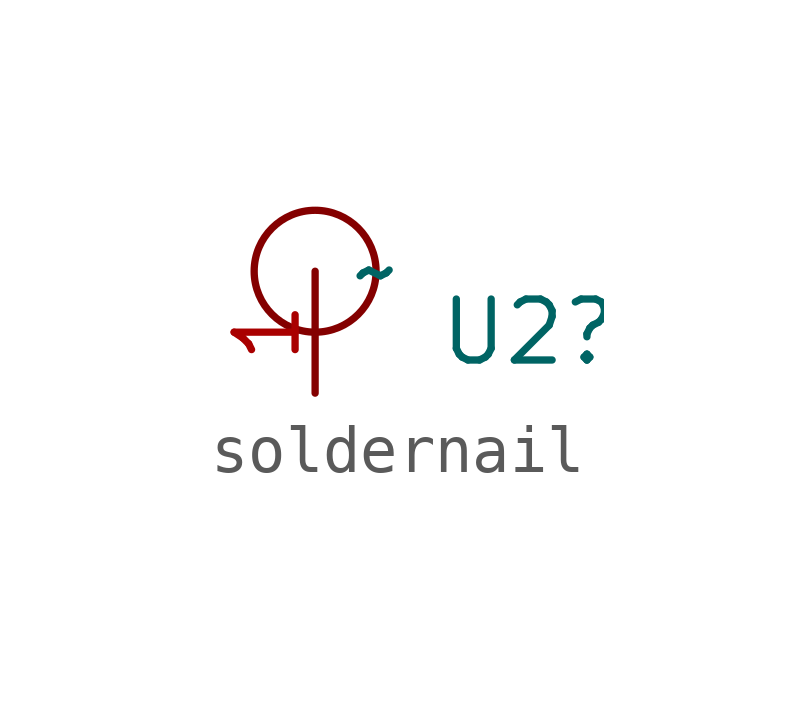
<source format=kicad_sym>
(kicad_symbol_lib
  (version 20220914)
  (generator kicad_symbol_editor)
  (symbol "soldernail"
    (property "Reference" "U2"
      (at 1.27 -1.27 0)
      (effects (font (size 1.27 1.27)) (justify left)))
    (property "Value" "~"
      (at 0 0 0)
      (effects (font (size 1.27 1.27))))
    (symbol "soldernail_0_1"
      (circle (center -1.27 0) (radius 1.27) (stroke (width 0) (type default)) (fill (type none))))
    (symbol "soldernail_1_1"
      (pin input line (at -1.27 0 270) (length 2.54) (name "" (effects (font (size 1.27 1.27)))) (number "1" (effects (font (size 1.27 1.27))))))))
</source>
